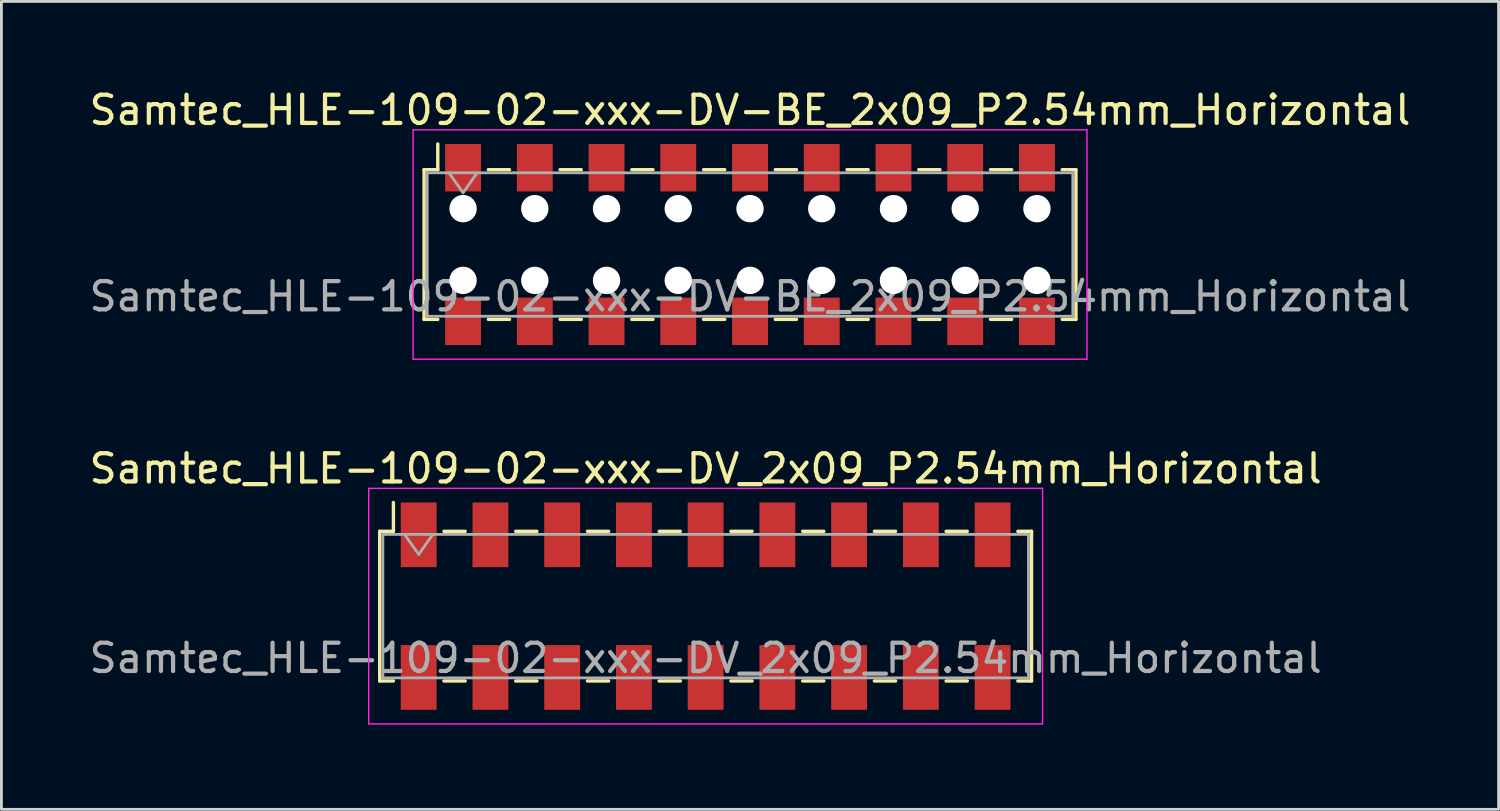
<source format=kicad_pcb>
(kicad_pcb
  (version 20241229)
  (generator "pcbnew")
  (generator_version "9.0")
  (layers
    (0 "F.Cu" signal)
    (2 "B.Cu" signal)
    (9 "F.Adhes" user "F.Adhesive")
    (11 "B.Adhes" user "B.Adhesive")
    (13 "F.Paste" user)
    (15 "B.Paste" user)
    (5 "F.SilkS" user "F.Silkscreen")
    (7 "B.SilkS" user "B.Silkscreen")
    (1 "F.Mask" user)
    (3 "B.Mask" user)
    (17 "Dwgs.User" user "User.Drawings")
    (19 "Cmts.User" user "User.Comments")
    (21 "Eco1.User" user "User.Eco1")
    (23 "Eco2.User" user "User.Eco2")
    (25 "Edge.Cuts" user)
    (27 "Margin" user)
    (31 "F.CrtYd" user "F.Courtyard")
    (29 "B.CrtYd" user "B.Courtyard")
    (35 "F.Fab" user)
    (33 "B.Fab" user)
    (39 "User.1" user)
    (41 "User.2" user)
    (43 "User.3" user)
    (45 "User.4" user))
  (footprint "Samtec_HLE-109-02-xxx-DV_2x09_P2.54mm_Horizontal"
    (layer "F.Cu")
    (at 21.935 18.412)
    (property "Reference" "Samtec_HLE-109-02-xxx-DV_2x09_P2.54mm_Horizontal" (at 0 -4.87 0) (layer "F.SilkS") (effects (font (size 1 1) (thickness 0.15))))
    (attr smd)
    (fp_line (start -11.54 -2.65) (end -11.54 2.65) (stroke (width 0.12) (type solid)) (layer "F.SilkS"))
    (fp_line (start -11.54 2.65) (end -11.055 2.65) (stroke (width 0.12) (type solid)) (layer "F.SilkS"))
    (fp_line (start -11.055 -3.67) (end -11.055 -2.65) (stroke (width 0.12) (type solid)) (layer "F.SilkS"))
    (fp_line (start -11.055 -2.65) (end -11.54 -2.65) (stroke (width 0.12) (type solid)) (layer "F.SilkS"))
    (fp_line (start -9.265 -2.65) (end -8.515 -2.65) (stroke (width 0.12) (type solid)) (layer "F.SilkS"))
    (fp_line (start -9.265 2.65) (end -8.515 2.65) (stroke (width 0.12) (type solid)) (layer "F.SilkS"))
    (fp_line (start -6.725 -2.65) (end -5.975 -2.65) (stroke (width 0.12) (type solid)) (layer "F.SilkS"))
    (fp_line (start -6.725 2.65) (end -5.975 2.65) (stroke (width 0.12) (type solid)) (layer "F.SilkS"))
    (fp_line (start -4.185 -2.65) (end -3.435 -2.65) (stroke (width 0.12) (type solid)) (layer "F.SilkS"))
    (fp_line (start -4.185 2.65) (end -3.435 2.65) (stroke (width 0.12) (type solid)) (layer "F.SilkS"))
    (fp_line (start -1.645 -2.65) (end -0.895 -2.65) (stroke (width 0.12) (type solid)) (layer "F.SilkS"))
    (fp_line (start -1.645 2.65) (end -0.895 2.65) (stroke (width 0.12) (type solid)) (layer "F.SilkS"))
    (fp_line (start 0.895 -2.65) (end 1.645 -2.65) (stroke (width 0.12) (type solid)) (layer "F.SilkS"))
    (fp_line (start 0.895 2.65) (end 1.645 2.65) (stroke (width 0.12) (type solid)) (layer "F.SilkS"))
    (fp_line (start 3.435 -2.65) (end 4.185 -2.65) (stroke (width 0.12) (type solid)) (layer "F.SilkS"))
    (fp_line (start 3.435 2.65) (end 4.185 2.65) (stroke (width 0.12) (type solid)) (layer "F.SilkS"))
    (fp_line (start 5.975 -2.65) (end 6.725 -2.65) (stroke (width 0.12) (type solid)) (layer "F.SilkS"))
    (fp_line (start 5.975 2.65) (end 6.725 2.65) (stroke (width 0.12) (type solid)) (layer "F.SilkS"))
    (fp_line (start 8.515 -2.65) (end 9.265 -2.65) (stroke (width 0.12) (type solid)) (layer "F.SilkS"))
    (fp_line (start 8.515 2.65) (end 9.265 2.65) (stroke (width 0.12) (type solid)) (layer "F.SilkS"))
    (fp_line (start 11.055 -2.65) (end 11.54 -2.65) (stroke (width 0.12) (type solid)) (layer "F.SilkS"))
    (fp_line (start 11.54 -2.65) (end 11.54 2.65) (stroke (width 0.12) (type solid)) (layer "F.SilkS"))
    (fp_line (start 11.54 2.65) (end 11.055 2.65) (stroke (width 0.12) (type solid)) (layer "F.SilkS"))
    (fp_line (start -11.93 -4.17) (end 11.93 -4.17) (stroke (width 0.05) (type solid)) (layer "F.CrtYd"))
    (fp_line (start -11.93 4.17) (end -11.93 -4.17) (stroke (width 0.05) (type solid)) (layer "F.CrtYd"))
    (fp_line (start 11.93 -4.17) (end 11.93 4.17) (stroke (width 0.05) (type solid)) (layer "F.CrtYd"))
    (fp_line (start 11.93 4.17) (end -11.93 4.17) (stroke (width 0.05) (type solid)) (layer "F.CrtYd"))
    (fp_line (start -11.43 -2.54) (end 11.43 -2.54) (stroke (width 0.1) (type solid)) (layer "F.Fab"))
    (fp_line (start -11.43 2.54) (end -11.43 -2.54) (stroke (width 0.1) (type solid)) (layer "F.Fab"))
    (fp_line (start -10.66 -2.54) (end -10.16 -1.833) (stroke (width 0.1) (type solid)) (layer "F.Fab"))
    (fp_line (start -10.16 -1.833) (end -9.66 -2.54) (stroke (width 0.1) (type solid)) (layer "F.Fab"))
    (fp_line (start 11.43 -2.54) (end 11.43 2.54) (stroke (width 0.1) (type solid)) (layer "F.Fab"))
    (fp_line (start 11.43 2.54) (end -11.43 2.54) (stroke (width 0.1) (type solid)) (layer "F.Fab"))
    (fp_text user "${REFERENCE}" (at 0 1.84 0) (layer "F.Fab") (effects (font (size 1 1) (thickness 0.15))))
    (pad "1" smd rect (at -10.16 -2.525) (size 1.27 2.29) (layers "F.Cu" "F.Mask" "F.Paste"))
    (pad "2" smd rect (at -10.16 2.525) (size 1.27 2.29) (layers "F.Cu" "F.Mask" "F.Paste"))
    (pad "3" smd rect (at -7.62 -2.525) (size 1.27 2.29) (layers "F.Cu" "F.Mask" "F.Paste"))
    (pad "4" smd rect (at -7.62 2.525) (size 1.27 2.29) (layers "F.Cu" "F.Mask" "F.Paste"))
    (pad "5" smd rect (at -5.08 -2.525) (size 1.27 2.29) (layers "F.Cu" "F.Mask" "F.Paste"))
    (pad "6" smd rect (at -5.08 2.525) (size 1.27 2.29) (layers "F.Cu" "F.Mask" "F.Paste"))
    (pad "7" smd rect (at -2.54 -2.525) (size 1.27 2.29) (layers "F.Cu" "F.Mask" "F.Paste"))
    (pad "8" smd rect (at -2.54 2.525) (size 1.27 2.29) (layers "F.Cu" "F.Mask" "F.Paste"))
    (pad "9" smd rect (at 0 -2.525) (size 1.27 2.29) (layers "F.Cu" "F.Mask" "F.Paste"))
    (pad "10" smd rect (at 0 2.525) (size 1.27 2.29) (layers "F.Cu" "F.Mask" "F.Paste"))
    (pad "11" smd rect (at 2.54 -2.525) (size 1.27 2.29) (layers "F.Cu" "F.Mask" "F.Paste"))
    (pad "12" smd rect (at 2.54 2.525) (size 1.27 2.29) (layers "F.Cu" "F.Mask" "F.Paste"))
    (pad "13" smd rect (at 5.08 -2.525) (size 1.27 2.29) (layers "F.Cu" "F.Mask" "F.Paste"))
    (pad "14" smd rect (at 5.08 2.525) (size 1.27 2.29) (layers "F.Cu" "F.Mask" "F.Paste"))
    (pad "15" smd rect (at 7.62 -2.525) (size 1.27 2.29) (layers "F.Cu" "F.Mask" "F.Paste"))
    (pad "16" smd rect (at 7.62 2.525) (size 1.27 2.29) (layers "F.Cu" "F.Mask" "F.Paste"))
    (pad "17" smd rect (at 10.16 -2.525) (size 1.27 2.29) (layers "F.Cu" "F.Mask" "F.Paste"))
    (pad "18" smd rect (at 10.16 2.525) (size 1.27 2.29) (layers "F.Cu" "F.Mask" "F.Paste")))
  (footprint "Samtec_HLE-109-02-xxx-DV-BE_2x09_P2.54mm_Horizontal"
    (layer "F.Cu")
    (at 23.506 5.608)
    (property "Reference" "Samtec_HLE-109-02-xxx-DV-BE_2x09_P2.54mm_Horizontal" (at 0 -4.76 0) (layer "F.SilkS") (effects (font (size 1 1) (thickness 0.15))))
    (attr smd)
    (fp_line (start -11.54 -2.65) (end -11.54 2.65) (stroke (width 0.12) (type solid)) (layer "F.SilkS"))
    (fp_line (start -11.54 2.65) (end -11.055 2.65) (stroke (width 0.12) (type solid)) (layer "F.SilkS"))
    (fp_line (start -11.055 -3.56) (end -11.055 -2.65) (stroke (width 0.12) (type solid)) (layer "F.SilkS"))
    (fp_line (start -11.055 -2.65) (end -11.54 -2.65) (stroke (width 0.12) (type solid)) (layer "F.SilkS"))
    (fp_line (start -9.265 -2.65) (end -8.515 -2.65) (stroke (width 0.12) (type solid)) (layer "F.SilkS"))
    (fp_line (start -9.265 2.65) (end -8.515 2.65) (stroke (width 0.12) (type solid)) (layer "F.SilkS"))
    (fp_line (start -6.725 -2.65) (end -5.975 -2.65) (stroke (width 0.12) (type solid)) (layer "F.SilkS"))
    (fp_line (start -6.725 2.65) (end -5.975 2.65) (stroke (width 0.12) (type solid)) (layer "F.SilkS"))
    (fp_line (start -4.185 -2.65) (end -3.435 -2.65) (stroke (width 0.12) (type solid)) (layer "F.SilkS"))
    (fp_line (start -4.185 2.65) (end -3.435 2.65) (stroke (width 0.12) (type solid)) (layer "F.SilkS"))
    (fp_line (start -1.645 -2.65) (end -0.895 -2.65) (stroke (width 0.12) (type solid)) (layer "F.SilkS"))
    (fp_line (start -1.645 2.65) (end -0.895 2.65) (stroke (width 0.12) (type solid)) (layer "F.SilkS"))
    (fp_line (start 0.895 -2.65) (end 1.645 -2.65) (stroke (width 0.12) (type solid)) (layer "F.SilkS"))
    (fp_line (start 0.895 2.65) (end 1.645 2.65) (stroke (width 0.12) (type solid)) (layer "F.SilkS"))
    (fp_line (start 3.435 -2.65) (end 4.185 -2.65) (stroke (width 0.12) (type solid)) (layer "F.SilkS"))
    (fp_line (start 3.435 2.65) (end 4.185 2.65) (stroke (width 0.12) (type solid)) (layer "F.SilkS"))
    (fp_line (start 5.975 -2.65) (end 6.725 -2.65) (stroke (width 0.12) (type solid)) (layer "F.SilkS"))
    (fp_line (start 5.975 2.65) (end 6.725 2.65) (stroke (width 0.12) (type solid)) (layer "F.SilkS"))
    (fp_line (start 8.515 -2.65) (end 9.265 -2.65) (stroke (width 0.12) (type solid)) (layer "F.SilkS"))
    (fp_line (start 8.515 2.65) (end 9.265 2.65) (stroke (width 0.12) (type solid)) (layer "F.SilkS"))
    (fp_line (start 11.055 -2.65) (end 11.54 -2.65) (stroke (width 0.12) (type solid)) (layer "F.SilkS"))
    (fp_line (start 11.54 -2.65) (end 11.54 2.65) (stroke (width 0.12) (type solid)) (layer "F.SilkS"))
    (fp_line (start 11.54 2.65) (end 11.055 2.65) (stroke (width 0.12) (type solid)) (layer "F.SilkS"))
    (fp_line (start -11.93 -4.06) (end 11.93 -4.06) (stroke (width 0.05) (type solid)) (layer "F.CrtYd"))
    (fp_line (start -11.93 4.06) (end -11.93 -4.06) (stroke (width 0.05) (type solid)) (layer "F.CrtYd"))
    (fp_line (start 11.93 -4.06) (end 11.93 4.06) (stroke (width 0.05) (type solid)) (layer "F.CrtYd"))
    (fp_line (start 11.93 4.06) (end -11.93 4.06) (stroke (width 0.05) (type solid)) (layer "F.CrtYd"))
    (fp_line (start -11.43 -2.54) (end 11.43 -2.54) (stroke (width 0.1) (type solid)) (layer "F.Fab"))
    (fp_line (start -11.43 2.54) (end -11.43 -2.54) (stroke (width 0.1) (type solid)) (layer "F.Fab"))
    (fp_line (start -10.66 -2.54) (end -10.16 -1.833) (stroke (width 0.1) (type solid)) (layer "F.Fab"))
    (fp_line (start -10.16 -1.833) (end -9.66 -2.54) (stroke (width 0.1) (type solid)) (layer "F.Fab"))
    (fp_line (start 11.43 -2.54) (end 11.43 2.54) (stroke (width 0.1) (type solid)) (layer "F.Fab"))
    (fp_line (start 11.43 2.54) (end -11.43 2.54) (stroke (width 0.1) (type solid)) (layer "F.Fab"))
    (fp_text user "${REFERENCE}" (at 0 1.84 0) (layer "F.Fab") (effects (font (size 1 1) (thickness 0.15))))
    (pad "" np_thru_hole circle (at -10.16 -1.27) (size 0.97 0.97) (drill 0.97) (layers "*.Cu" "*.Mask"))
    (pad "" np_thru_hole circle (at -10.16 1.27) (size 0.97 0.97) (drill 0.97) (layers "*.Cu" "*.Mask"))
    (pad "" np_thru_hole circle (at -7.62 -1.27) (size 0.97 0.97) (drill 0.97) (layers "*.Cu" "*.Mask"))
    (pad "" np_thru_hole circle (at -7.62 1.27) (size 0.97 0.97) (drill 0.97) (layers "*.Cu" "*.Mask"))
    (pad "" np_thru_hole circle (at -5.08 -1.27) (size 0.97 0.97) (drill 0.97) (layers "*.Cu" "*.Mask"))
    (pad "" np_thru_hole circle (at -5.08 1.27) (size 0.97 0.97) (drill 0.97) (layers "*.Cu" "*.Mask"))
    (pad "" np_thru_hole circle (at -2.54 -1.27) (size 0.97 0.97) (drill 0.97) (layers "*.Cu" "*.Mask"))
    (pad "" np_thru_hole circle (at -2.54 1.27) (size 0.97 0.97) (drill 0.97) (layers "*.Cu" "*.Mask"))
    (pad "" np_thru_hole circle (at 0 -1.27) (size 0.97 0.97) (drill 0.97) (layers "*.Cu" "*.Mask"))
    (pad "" np_thru_hole circle (at 0 1.27) (size 0.97 0.97) (drill 0.97) (layers "*.Cu" "*.Mask"))
    (pad "" np_thru_hole circle (at 2.54 -1.27) (size 0.97 0.97) (drill 0.97) (layers "*.Cu" "*.Mask"))
    (pad "" np_thru_hole circle (at 2.54 1.27) (size 0.97 0.97) (drill 0.97) (layers "*.Cu" "*.Mask"))
    (pad "" np_thru_hole circle (at 5.08 -1.27) (size 0.97 0.97) (drill 0.97) (layers "*.Cu" "*.Mask"))
    (pad "" np_thru_hole circle (at 5.08 1.27) (size 0.97 0.97) (drill 0.97) (layers "*.Cu" "*.Mask"))
    (pad "" np_thru_hole circle (at 7.62 -1.27) (size 0.97 0.97) (drill 0.97) (layers "*.Cu" "*.Mask"))
    (pad "" np_thru_hole circle (at 7.62 1.27) (size 0.97 0.97) (drill 0.97) (layers "*.Cu" "*.Mask"))
    (pad "" np_thru_hole circle (at 10.16 -1.27) (size 0.97 0.97) (drill 0.97) (layers "*.Cu" "*.Mask"))
    (pad "" np_thru_hole circle (at 10.16 1.27) (size 0.97 0.97) (drill 0.97) (layers "*.Cu" "*.Mask"))
    (pad "1" smd rect (at -10.16 -2.72) (size 1.27 1.68) (layers "F.Cu" "F.Mask" "F.Paste"))
    (pad "2" smd rect (at -10.16 2.72) (size 1.27 1.68) (layers "F.Cu" "F.Mask" "F.Paste"))
    (pad "3" smd rect (at -7.62 -2.72) (size 1.27 1.68) (layers "F.Cu" "F.Mask" "F.Paste"))
    (pad "4" smd rect (at -7.62 2.72) (size 1.27 1.68) (layers "F.Cu" "F.Mask" "F.Paste"))
    (pad "5" smd rect (at -5.08 -2.72) (size 1.27 1.68) (layers "F.Cu" "F.Mask" "F.Paste"))
    (pad "6" smd rect (at -5.08 2.72) (size 1.27 1.68) (layers "F.Cu" "F.Mask" "F.Paste"))
    (pad "7" smd rect (at -2.54 -2.72) (size 1.27 1.68) (layers "F.Cu" "F.Mask" "F.Paste"))
    (pad "8" smd rect (at -2.54 2.72) (size 1.27 1.68) (layers "F.Cu" "F.Mask" "F.Paste"))
    (pad "9" smd rect (at 0 -2.72) (size 1.27 1.68) (layers "F.Cu" "F.Mask" "F.Paste"))
    (pad "10" smd rect (at 0 2.72) (size 1.27 1.68) (layers "F.Cu" "F.Mask" "F.Paste"))
    (pad "11" smd rect (at 2.54 -2.72) (size 1.27 1.68) (layers "F.Cu" "F.Mask" "F.Paste"))
    (pad "12" smd rect (at 2.54 2.72) (size 1.27 1.68) (layers "F.Cu" "F.Mask" "F.Paste"))
    (pad "13" smd rect (at 5.08 -2.72) (size 1.27 1.68) (layers "F.Cu" "F.Mask" "F.Paste"))
    (pad "14" smd rect (at 5.08 2.72) (size 1.27 1.68) (layers "F.Cu" "F.Mask" "F.Paste"))
    (pad "15" smd rect (at 7.62 -2.72) (size 1.27 1.68) (layers "F.Cu" "F.Mask" "F.Paste"))
    (pad "16" smd rect (at 7.62 2.72) (size 1.27 1.68) (layers "F.Cu" "F.Mask" "F.Paste"))
    (pad "17" smd rect (at 10.16 -2.72) (size 1.27 1.68) (layers "F.Cu" "F.Mask" "F.Paste"))
    (pad "18" smd rect (at 10.16 2.72) (size 1.27 1.68) (layers "F.Cu" "F.Mask" "F.Paste")))
  (gr_rect
    (start -3 -3)
    (end 50.012 25.607)
    (stroke (width 0.1) (type default))
    (fill no)
    (layer "Edge.Cuts")))
</source>
